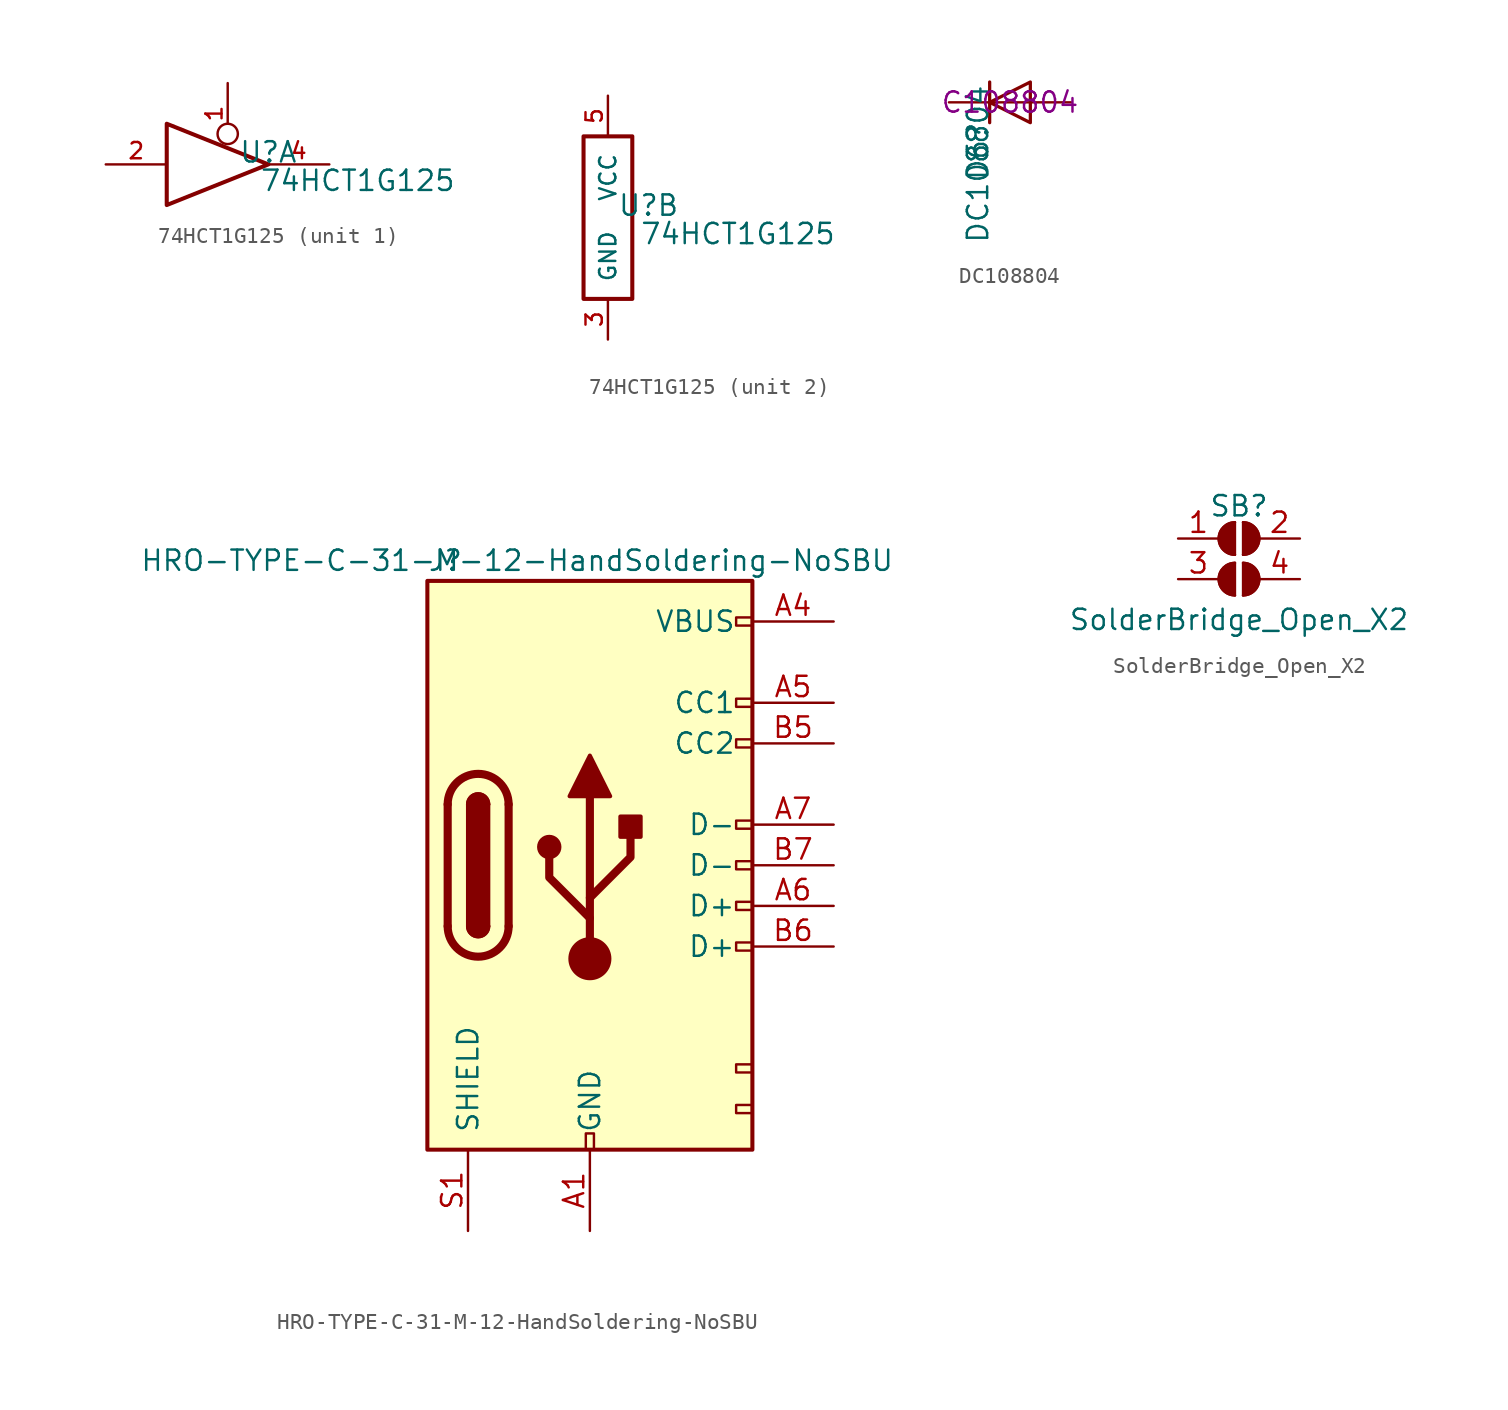
<source format=kicad_sym>
(kicad_symbol_lib
  (version 20211014)
  (generator kicad_symbol_editor)
  (symbol "74HCT1G125"
    (pin_names
      (offset 1.016))
    (property "Reference" "U"
      (at 2.54 0.762 0)
      (effects (font (size 1.27 1.27))))
    (property "Value" "74HCT1G125"
      (at 8.128 -1.016 0)
      (effects (font (size 1.27 1.27))))
    (symbol "74HCT1G125_1_1"
      (polyline (pts (xy -3.81 2.54) (xy -3.81 -2.54) (xy 2.54 0) (xy -3.81 2.54)) (stroke (width 0.254) (type default) (color 0 0 0 0)) (fill (type none)))
      (pin input inverted (at 0 5.08 270) (length 3.81) (name "~" (effects (font (size 1.016 1.016)))) (number "1" (effects (font (size 1.016 1.016)))))
      (pin input line (at -7.62 0 0) (length 3.81) (name "~" (effects (font (size 1.016 1.016)))) (number "2" (effects (font (size 1.016 1.016)))))
      (pin tri_state line (at 6.35 0 180) (length 3.81) (name "~" (effects (font (size 1.016 1.016)))) (number "4" (effects (font (size 1.016 1.016))))))
    (symbol "74HCT1G125_2_1"
      (rectangle (start -1.524 5.08) (end 1.524 -5.08) (stroke (width 0.254) (type default) (color 0 0 0 0)) (fill (type none)))
      (pin power_in line (at 0 -7.62 90) (length 2.54) (name "GND" (effects (font (size 1.016 1.016)))) (number "3" (effects (font (size 1.016 1.016)))))
      (pin power_in line (at 0 7.62 270) (length 2.54) (name "VCC" (effects (font (size 1.016 1.016)))) (number "5" (effects (font (size 1.016 1.016)))))))
  (symbol "DC108804"
    (pin_numbers hide)
    (pin_names
      (offset 1.016) hide)
    (property "Reference" "D6"
      (at -2.007 -1.168 90)
      (effects (font (size 1.27 1.27)) (justify right)))
    (property "Value" "DC108804"
      (at -2.007 1.143 90)
      (effects (font (size 1.27 1.27)) (justify right)))
    (property "LCSC" "C108804"
      (at 0 0 0)
      (effects (font (size 1.27 1.27))))
    (symbol "DC108804_0_1"
      (polyline (pts (xy -1.27 1.27) (xy -1.27 -1.27)) (stroke (width 0.203) (type default) (color 0 0 0 0)) (fill (type none)))
      (polyline (pts (xy 1.27 0) (xy -1.27 0)) (stroke (width 0) (type default) (color 0 0 0 0)) (fill (type none)))
      (polyline (pts (xy 1.27 1.27) (xy 1.27 -1.27) (xy -1.27 0) (xy 1.27 1.27)) (stroke (width 0.203) (type default) (color 0 0 0 0)) (fill (type none))))
    (symbol "DC108804_1_1"
      (pin passive line (at -3.81 0 0) (length 2.54) (name "K" (effects (font (size 1.27 1.27)))) (number "1" (effects (font (size 1.27 1.27)))))
      (pin passive line (at 3.81 0 180) (length 2.54) (name "A" (effects (font (size 1.27 1.27)))) (number "2" (effects (font (size 1.27 1.27)))))))
  (symbol "HRO-TYPE-C-31-M-12-HandSoldering-NoSBU"
    (pin_names
      (offset 1.016))
    (property "Reference" "J"
      (at -10.16 19.05 0)
      (effects (font (size 1.27 1.27)) (justify left)))
    (property "Value" "HRO-TYPE-C-31-M-12-HandSoldering-NoSBU"
      (at 19.05 19.05 0)
      (effects (font (size 1.27 1.27)) (justify right)))
    (symbol "HRO-TYPE-C-31-M-12-HandSoldering-NoSBU_0_0"
      (rectangle (start -0.254 -17.78) (end 0.254 -16.764) (stroke (width 0) (type default) (color 0 0 0 0)) (fill (type none)))
      (rectangle (start 10.16 -14.986) (end 9.144 -15.494) (stroke (width 0) (type default) (color 0 0 0 0)) (fill (type none)))
      (rectangle (start 10.16 -12.446) (end 9.144 -12.954) (stroke (width 0) (type default) (color 0 0 0 0)) (fill (type none)))
      (rectangle (start 10.16 -4.826) (end 9.144 -5.334) (stroke (width 0) (type default) (color 0 0 0 0)) (fill (type none)))
      (rectangle (start 10.16 -2.286) (end 9.144 -2.794) (stroke (width 0) (type default) (color 0 0 0 0)) (fill (type none)))
      (rectangle (start 10.16 0.254) (end 9.144 -0.254) (stroke (width 0) (type default) (color 0 0 0 0)) (fill (type none)))
      (rectangle (start 10.16 2.794) (end 9.144 2.286) (stroke (width 0) (type default) (color 0 0 0 0)) (fill (type none)))
      (rectangle (start 10.16 7.874) (end 9.144 7.366) (stroke (width 0) (type default) (color 0 0 0 0)) (fill (type none)))
      (rectangle (start 10.16 10.414) (end 9.144 9.906) (stroke (width 0) (type default) (color 0 0 0 0)) (fill (type none)))
      (rectangle (start 10.16 15.494) (end 9.144 14.986) (stroke (width 0) (type default) (color 0 0 0 0)) (fill (type none))))
    (symbol "HRO-TYPE-C-31-M-12-HandSoldering-NoSBU_0_1"
      (rectangle (start -10.16 17.78) (end 10.16 -17.78) (stroke (width 0.254) (type default) (color 0 0 0 0)) (fill (type background)))
      (arc (start -8.89 -3.81) (mid -6.985 -5.715) (end -5.08 -3.81) (stroke (width 0.508) (type default) (color 0 0 0 0)) (fill (type none)))
      (arc (start -7.62 -3.81) (mid -6.985 -4.445) (end -6.35 -3.81) (stroke (width 0.254) (type default) (color 0 0 0 0)) (fill (type none)))
      (arc (start -7.62 -3.81) (mid -6.985 -4.445) (end -6.35 -3.81) (stroke (width 0.254) (type default) (color 0 0 0 0)) (fill (type outline)))
      (rectangle (start -7.62 -3.81) (end -6.35 3.81) (stroke (width 0.254) (type default) (color 0 0 0 0)) (fill (type outline)))
      (arc (start -6.35 3.81) (mid -6.985 4.445) (end -7.62 3.81) (stroke (width 0.254) (type default) (color 0 0 0 0)) (fill (type none)))
      (arc (start -6.35 3.81) (mid -6.985 4.445) (end -7.62 3.81) (stroke (width 0.254) (type default) (color 0 0 0 0)) (fill (type outline)))
      (arc (start -5.08 3.81) (mid -6.985 5.715) (end -8.89 3.81) (stroke (width 0.508) (type default) (color 0 0 0 0)) (fill (type none)))
      (circle (center -2.54 1.143) (radius 0.635) (stroke (width 0.254) (type default) (color 0 0 0 0)) (fill (type outline)))
      (circle (center 0 -5.842) (radius 1.27) (stroke (width 0) (type default) (color 0 0 0 0)) (fill (type outline)))
      (polyline (pts (xy -8.89 -3.81) (xy -8.89 3.81)) (stroke (width 0.508) (type default) (color 0 0 0 0)) (fill (type none)))
      (polyline (pts (xy -5.08 3.81) (xy -5.08 -3.81)) (stroke (width 0.508) (type default) (color 0 0 0 0)) (fill (type none)))
      (polyline (pts (xy 0 -5.842) (xy 0 4.318)) (stroke (width 0.508) (type default) (color 0 0 0 0)) (fill (type none)))
      (polyline (pts (xy 0 -3.302) (xy -2.54 -0.762) (xy -2.54 0.508)) (stroke (width 0.508) (type default) (color 0 0 0 0)) (fill (type none)))
      (polyline (pts (xy 0 -2.032) (xy 2.54 0.508) (xy 2.54 1.778)) (stroke (width 0.508) (type default) (color 0 0 0 0)) (fill (type none)))
      (polyline (pts (xy -1.27 4.318) (xy 0 6.858) (xy 1.27 4.318) (xy -1.27 4.318)) (stroke (width 0.254) (type default) (color 0 0 0 0)) (fill (type outline)))
      (rectangle (start 1.905 1.778) (end 3.175 3.048) (stroke (width 0.254) (type default) (color 0 0 0 0)) (fill (type outline))))
    (symbol "HRO-TYPE-C-31-M-12-HandSoldering-NoSBU_1_1"
      (pin power_in line (at 0 -22.86 90) (length 5.08) (name "GND" (effects (font (size 1.27 1.27)))) (number "A1" (effects (font (size 1.27 1.27)))))
      (pin power_in line (at 15.24 15.24 180) (length 5.08) (name "VBUS" (effects (font (size 1.27 1.27)))) (number "A4" (effects (font (size 1.27 1.27)))))
      (pin bidirectional line (at 15.24 10.16 180) (length 5.08) (name "CC1" (effects (font (size 1.27 1.27)))) (number "A5" (effects (font (size 1.27 1.27)))))
      (pin bidirectional line (at 15.24 -2.54 180) (length 5.08) (name "D+" (effects (font (size 1.27 1.27)))) (number "A6" (effects (font (size 1.27 1.27)))))
      (pin bidirectional line (at 15.24 2.54 180) (length 5.08) (name "D-" (effects (font (size 1.27 1.27)))) (number "A7" (effects (font (size 1.27 1.27)))))
      (pin passive line (at 0 -22.86 90) (length 5.08) hide (name "GND" (effects (font (size 1.27 1.27)))) (number "B1" (effects (font (size 1.27 1.27)))))
      (pin passive line (at 15.24 15.24 180) (length 5.08) hide (name "VBUS" (effects (font (size 1.27 1.27)))) (number "B4" (effects (font (size 1.27 1.27)))))
      (pin bidirectional line (at 15.24 7.62 180) (length 5.08) (name "CC2" (effects (font (size 1.27 1.27)))) (number "B5" (effects (font (size 1.27 1.27)))))
      (pin bidirectional line (at 15.24 -5.08 180) (length 5.08) (name "D+" (effects (font (size 1.27 1.27)))) (number "B6" (effects (font (size 1.27 1.27)))))
      (pin bidirectional line (at 15.24 0 180) (length 5.08) (name "D-" (effects (font (size 1.27 1.27)))) (number "B7" (effects (font (size 1.27 1.27)))))
      (pin passive line (at -7.62 -22.86 90) (length 5.08) (name "SHIELD" (effects (font (size 1.27 1.27)))) (number "S1" (effects (font (size 1.27 1.27)))))))
  (symbol "SolderBridge_Open_X2"
    (pin_names
      (offset 0) hide)
    (property "Reference" "SB"
      (at 0 2.032 0)
      (effects (font (size 1.27 1.27))))
    (property "Value" "SolderBridge_Open_X2"
      (at 0 -5.08 0)
      (effects (font (size 1.27 1.27))))
    (symbol "SolderBridge_Open_X2_0_1"
      (arc (start -0.254 1.016) (mid -1.27 0) (end -0.254 -1.016) (stroke (width 0) (type default) (color 0 0 0 0)) (fill (type none)))
      (arc (start -0.254 1.016) (mid -1.27 0) (end -0.254 -1.016) (stroke (width 0) (type default) (color 0 0 0 0)) (fill (type outline)))
      (polyline (pts (xy -0.254 1.016) (xy -0.254 -1.016)) (stroke (width 0) (type default) (color 0 0 0 0)) (fill (type none)))
      (polyline (pts (xy 0.254 1.016) (xy 0.254 -1.016)) (stroke (width 0) (type default) (color 0 0 0 0)) (fill (type none)))
      (arc (start 0.254 -1.016) (mid 1.27 0) (end 0.254 1.016) (stroke (width 0) (type default) (color 0 0 0 0)) (fill (type none)))
      (arc (start 0.254 -1.016) (mid 1.27 0) (end 0.254 1.016) (stroke (width 0) (type default) (color 0 0 0 0)) (fill (type outline))))
    (symbol "SolderBridge_Open_X2_1_1"
      (arc (start -0.254 -1.524) (mid -1.27 -2.54) (end -0.254 -3.556) (stroke (width 0) (type default) (color 0 0 0 0)) (fill (type none)))
      (arc (start -0.254 -1.524) (mid -1.27 -2.54) (end -0.254 -3.556) (stroke (width 0) (type default) (color 0 0 0 0)) (fill (type outline)))
      (polyline (pts (xy -0.254 -1.524) (xy -0.254 -3.556)) (stroke (width 0) (type default) (color 0 0 0 0)) (fill (type none)))
      (polyline (pts (xy 0.254 -1.524) (xy 0.254 -3.556)) (stroke (width 0) (type default) (color 0 0 0 0)) (fill (type none)))
      (arc (start 0.254 -3.556) (mid 1.27 -2.54) (end 0.254 -1.524) (stroke (width 0) (type default) (color 0 0 0 0)) (fill (type none)))
      (arc (start 0.254 -3.556) (mid 1.27 -2.54) (end 0.254 -1.524) (stroke (width 0) (type default) (color 0 0 0 0)) (fill (type outline)))
      (pin passive line (at -3.81 0 0) (length 2.54) (name "A" (effects (font (size 1.27 1.27)))) (number "1" (effects (font (size 1.27 1.27)))))
      (pin passive line (at 3.81 0 180) (length 2.54) (name "B" (effects (font (size 1.27 1.27)))) (number "2" (effects (font (size 1.27 1.27)))))
      (pin passive line (at -3.81 -2.54 0) (length 2.54) (name "C" (effects (font (size 1.27 1.27)))) (number "3" (effects (font (size 1.27 1.27)))))
      (pin passive line (at 3.81 -2.54 180) (length 2.54) (name "D" (effects (font (size 1.27 1.27)))) (number "4" (effects (font (size 1.27 1.27))))))))
</source>
